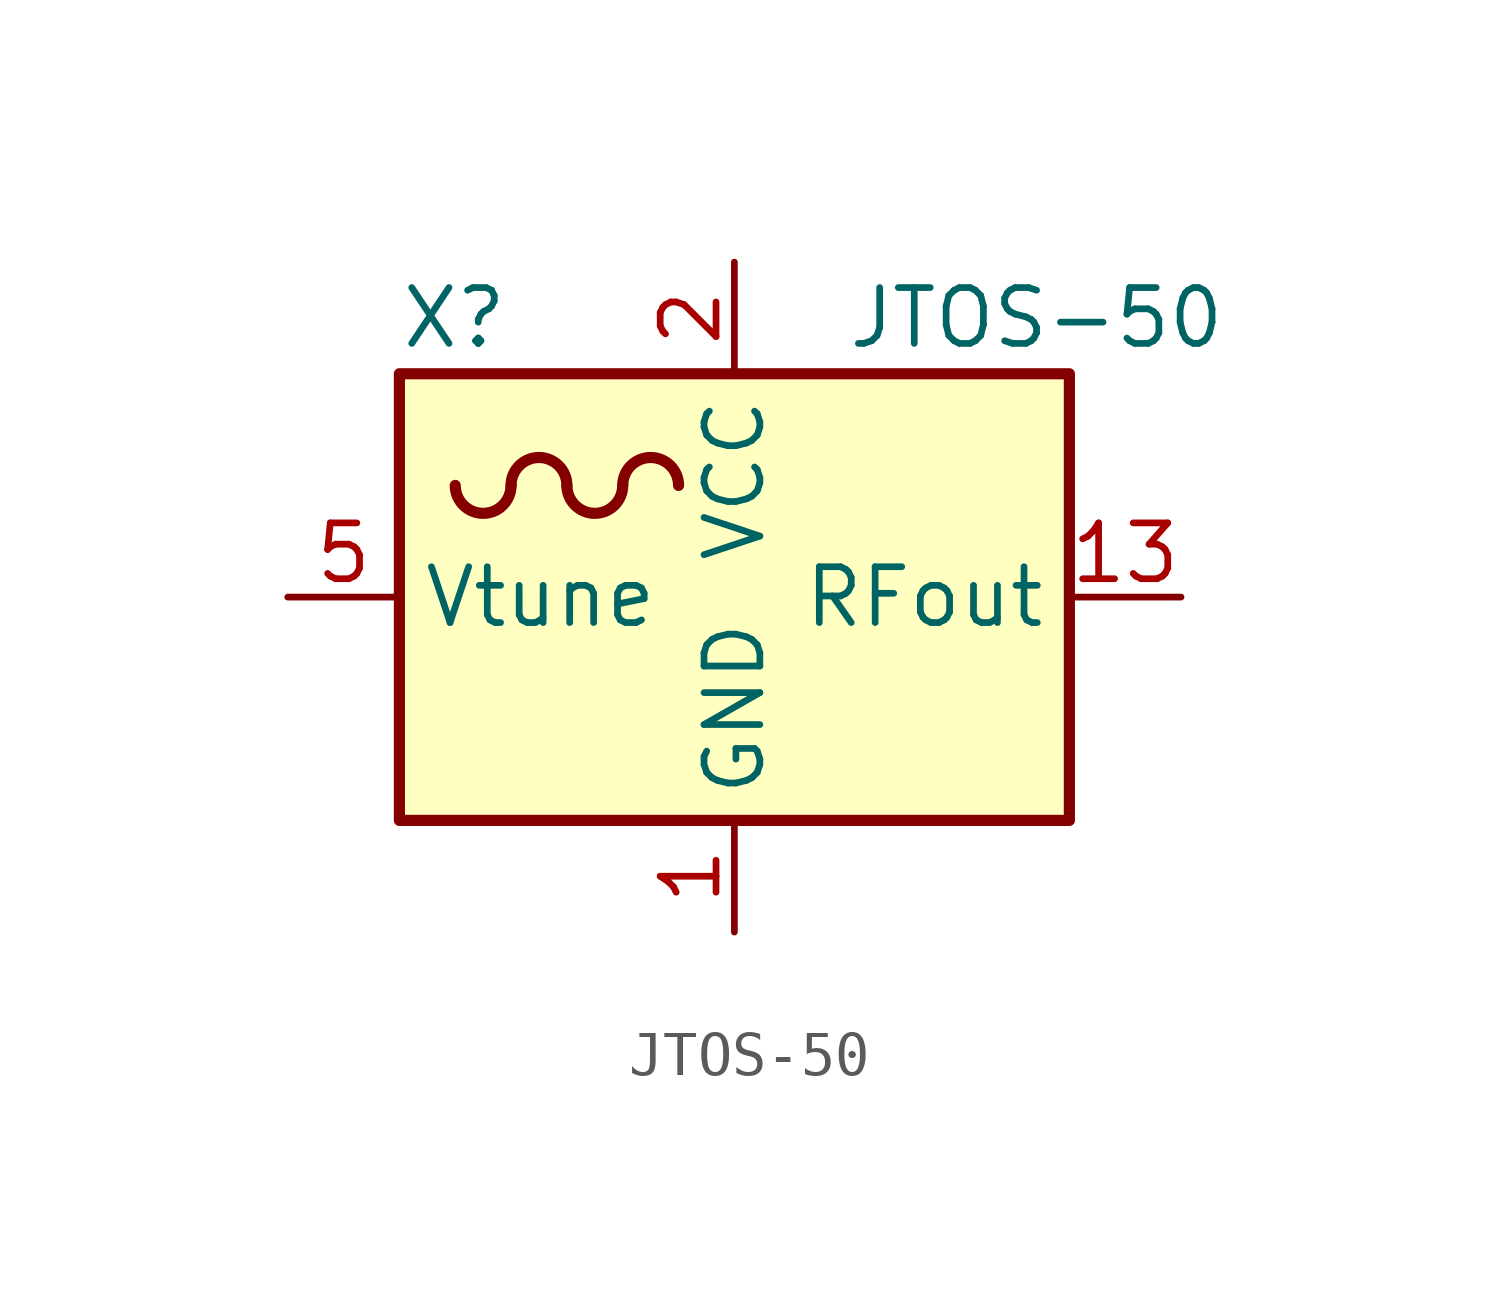
<source format=kicad_sym>
(kicad_symbol_lib
  (version 20201005)
  (generator kicad_symbol_editor)
  (symbol "JTOS-50"
    (property "Reference" "X"
      (at -7.62 6.35 0)
      (effects (font (size 1.27 1.27)) (justify left)))
    (property "Value" "JTOS-50"
      (at 2.54 6.35 0)
      (effects (font (size 1.27 1.27)) (justify left)))
    (symbol "JTOS-50_0_1"
      (arc (start -6.35 2.54) (end -5.08 2.54) (radius (at -5.715 2.54) (length 0.635) (angles -179.9 -0.1)) (stroke (width 0.254)) (fill (type none)))
      (arc (start -3.81 2.54) (end -5.08 2.54) (radius (at -4.445 2.54) (length 0.635) (angles 0.1 179.9)) (stroke (width 0.254)) (fill (type none)))
      (arc (start -3.81 2.54) (end -2.54 2.54) (radius (at -3.175 2.54) (length 0.635) (angles -179.9 -0.1)) (stroke (width 0.254)) (fill (type none)))
      (arc (start -1.27 2.54) (end -2.54 2.54) (radius (at -1.905 2.54) (length 0.635) (angles 0.1 179.9)) (stroke (width 0.254)) (fill (type none)))
      (rectangle (start -7.62 5.08) (end 7.62 -5.08) (stroke (width 0.254)) (fill (type background))))
    (symbol "JTOS-50_1_1"
      (pin power_in line (at 0 -7.62 90) (length 2.54) (name "GND" (effects (font (size 1.27 1.27)))) (number "1" (effects (font (size 1.27 1.27)))))
      (pin passive line (at 0 -7.62 90) (length 2.54) hide (name "GND" (effects (font (size 1.27 1.27)))) (number "10" (effects (font (size 1.27 1.27)))))
      (pin passive line (at 0 -7.62 90) (length 2.54) hide (name "GND" (effects (font (size 1.27 1.27)))) (number "11" (effects (font (size 1.27 1.27)))))
      (pin passive line (at 0 -7.62 90) (length 2.54) hide (name "GND" (effects (font (size 1.27 1.27)))) (number "12" (effects (font (size 1.27 1.27)))))
      (pin output line (at 10.16 0 180) (length 2.54) (name "RFout" (effects (font (size 1.27 1.27)))) (number "13" (effects (font (size 1.27 1.27)))))
      (pin passive line (at 0 -7.62 90) (length 2.54) hide (name "GND" (effects (font (size 1.27 1.27)))) (number "14" (effects (font (size 1.27 1.27)))))
      (pin power_in line (at 0 7.62 270) (length 2.54) (name "VCC" (effects (font (size 1.27 1.27)))) (number "2" (effects (font (size 1.27 1.27)))))
      (pin passive line (at 0 -7.62 90) (length 2.54) hide (name "GND" (effects (font (size 1.27 1.27)))) (number "3" (effects (font (size 1.27 1.27)))))
      (pin passive line (at 0 -7.62 90) (length 2.54) hide (name "GND" (effects (font (size 1.27 1.27)))) (number "4" (effects (font (size 1.27 1.27)))))
      (pin input line (at -10.16 0 0) (length 2.54) (name "Vtune" (effects (font (size 1.27 1.27)))) (number "5" (effects (font (size 1.27 1.27)))))
      (pin passive line (at 0 -7.62 90) (length 2.54) hide (name "GND" (effects (font (size 1.27 1.27)))) (number "6" (effects (font (size 1.27 1.27)))))
      (pin passive line (at 0 -7.62 90) (length 2.54) hide (name "GND" (effects (font (size 1.27 1.27)))) (number "7" (effects (font (size 1.27 1.27)))))
      (pin passive line (at 0 -7.62 90) (length 2.54) hide (name "GND" (effects (font (size 1.27 1.27)))) (number "8" (effects (font (size 1.27 1.27)))))
      (pin passive line (at 0 -7.62 90) (length 2.54) hide (name "GND" (effects (font (size 1.27 1.27)))) (number "9" (effects (font (size 1.27 1.27))))))))
</source>
